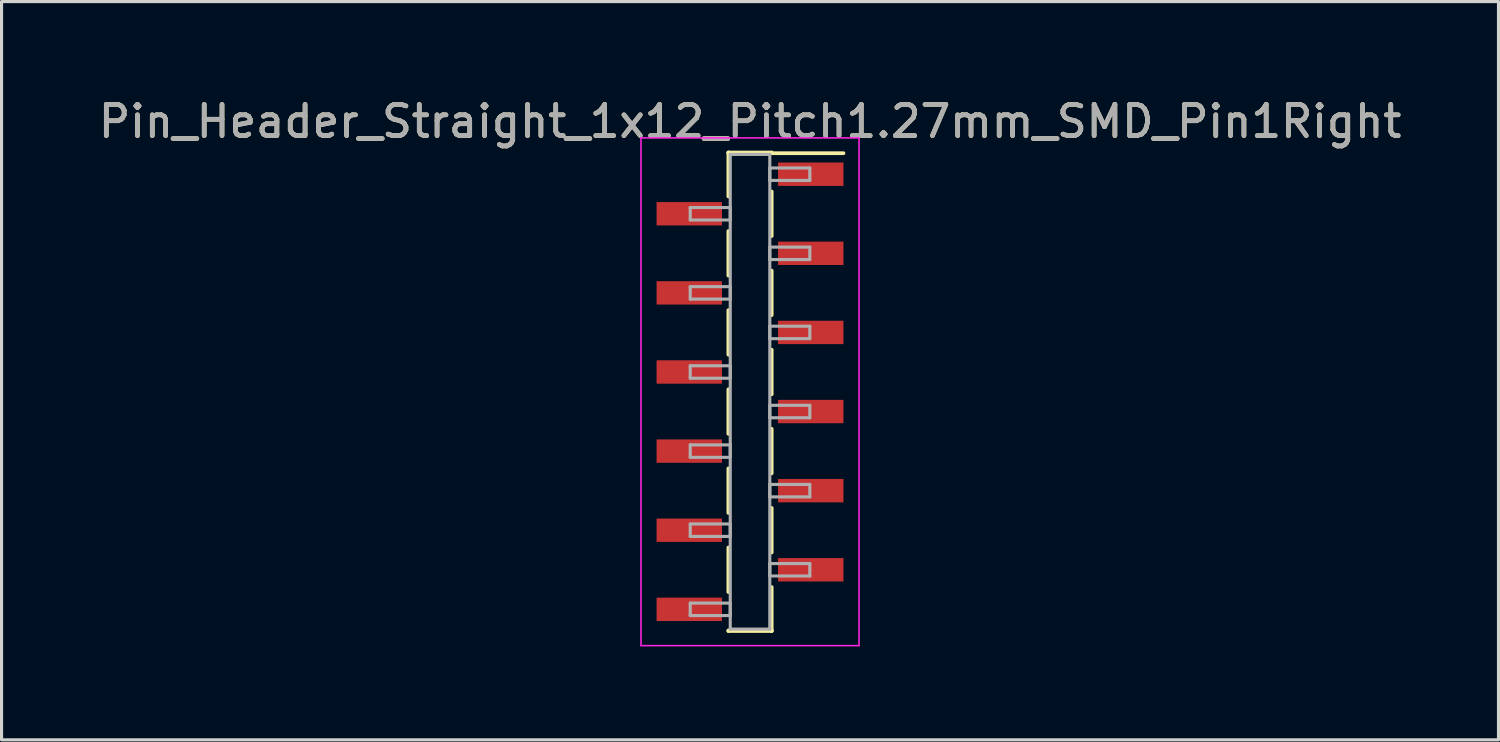
<source format=kicad_pcb>
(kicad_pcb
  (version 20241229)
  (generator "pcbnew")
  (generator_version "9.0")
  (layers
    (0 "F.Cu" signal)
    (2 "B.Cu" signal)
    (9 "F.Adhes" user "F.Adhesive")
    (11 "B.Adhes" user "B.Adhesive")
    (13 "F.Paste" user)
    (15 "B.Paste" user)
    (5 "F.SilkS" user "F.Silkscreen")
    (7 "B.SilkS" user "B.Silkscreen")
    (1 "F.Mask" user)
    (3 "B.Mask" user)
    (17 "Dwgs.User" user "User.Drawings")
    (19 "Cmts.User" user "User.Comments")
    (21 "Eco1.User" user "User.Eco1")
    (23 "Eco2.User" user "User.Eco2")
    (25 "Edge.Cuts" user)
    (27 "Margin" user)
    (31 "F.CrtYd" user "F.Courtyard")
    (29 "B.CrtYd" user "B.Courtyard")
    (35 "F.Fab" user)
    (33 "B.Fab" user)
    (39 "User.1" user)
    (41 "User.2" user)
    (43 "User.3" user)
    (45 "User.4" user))
  (footprint "Pin_Header_Straight_1x12_Pitch1.27mm_SMD_Pin1Right"
    (layer "F.Cu")
    (at 21.03 9.528)
    (property "Reference" "Pin_Header_Straight_1x12_Pitch1.27mm_SMD_Pin1Right" (at 0 -8.68 0) (layer "F.SilkS") (effects (font (size 1 1) (thickness 0.15))))
    (attr smd)
    (fp_line (start -0.695 -7.68) (end -0.695 -6.27) (stroke (width 0.12) (type solid)) (layer "F.SilkS"))
    (fp_line (start -0.695 -7.68) (end 0.695 -7.68) (stroke (width 0.12) (type solid)) (layer "F.SilkS"))
    (fp_line (start -0.695 -7.66) (end -0.695 -7.68) (stroke (width 0.12) (type solid)) (layer "F.SilkS"))
    (fp_line (start -0.695 -5.16) (end -0.695 -3.73) (stroke (width 0.12) (type solid)) (layer "F.SilkS"))
    (fp_line (start -0.695 -2.62) (end -0.695 -1.19) (stroke (width 0.12) (type solid)) (layer "F.SilkS"))
    (fp_line (start -0.695 -0.08) (end -0.695 1.35) (stroke (width 0.12) (type solid)) (layer "F.SilkS"))
    (fp_line (start -0.695 2.46) (end -0.695 3.89) (stroke (width 0.12) (type solid)) (layer "F.SilkS"))
    (fp_line (start -0.695 5) (end -0.695 6.43) (stroke (width 0.12) (type solid)) (layer "F.SilkS"))
    (fp_line (start -0.695 7.66) (end -0.695 7.68) (stroke (width 0.12) (type solid)) (layer "F.SilkS"))
    (fp_line (start -0.695 7.68) (end 0.695 7.68) (stroke (width 0.12) (type solid)) (layer "F.SilkS"))
    (fp_line (start 0.695 -7.68) (end 0.695 -7.66) (stroke (width 0.12) (type solid)) (layer "F.SilkS"))
    (fp_line (start 0.695 -7.66) (end 3 -7.66) (stroke (width 0.12) (type solid)) (layer "F.SilkS"))
    (fp_line (start 0.695 -6.43) (end 0.695 -5) (stroke (width 0.12) (type solid)) (layer "F.SilkS"))
    (fp_line (start 0.695 -3.89) (end 0.695 -2.46) (stroke (width 0.12) (type solid)) (layer "F.SilkS"))
    (fp_line (start 0.695 -1.35) (end 0.695 0.08) (stroke (width 0.12) (type solid)) (layer "F.SilkS"))
    (fp_line (start 0.695 1.19) (end 0.695 2.62) (stroke (width 0.12) (type solid)) (layer "F.SilkS"))
    (fp_line (start 0.695 3.73) (end 0.695 5.16) (stroke (width 0.12) (type solid)) (layer "F.SilkS"))
    (fp_line (start 0.695 6.27) (end 0.695 7.68) (stroke (width 0.12) (type solid)) (layer "F.SilkS"))
    (fp_line (start 0.695 7.68) (end 0.695 7.66) (stroke (width 0.12) (type solid)) (layer "F.SilkS"))
    (fp_line (start -3.5 -8.15) (end -3.5 8.15) (stroke (width 0.05) (type solid)) (layer "F.CrtYd"))
    (fp_line (start -3.5 8.15) (end 3.5 8.15) (stroke (width 0.05) (type solid)) (layer "F.CrtYd"))
    (fp_line (start 3.5 -8.15) (end -3.5 -8.15) (stroke (width 0.05) (type solid)) (layer "F.CrtYd"))
    (fp_line (start 3.5 8.15) (end 3.5 -8.15) (stroke (width 0.05) (type solid)) (layer "F.CrtYd"))
    (fp_line (start -1.92 -5.915) (end -0.635 -5.915) (stroke (width 0.1) (type solid)) (layer "F.Fab"))
    (fp_line (start -1.92 -5.515) (end -1.92 -5.915) (stroke (width 0.1) (type solid)) (layer "F.Fab"))
    (fp_line (start -1.92 -3.375) (end -0.635 -3.375) (stroke (width 0.1) (type solid)) (layer "F.Fab"))
    (fp_line (start -1.92 -2.975) (end -1.92 -3.375) (stroke (width 0.1) (type solid)) (layer "F.Fab"))
    (fp_line (start -1.92 -0.835) (end -0.635 -0.835) (stroke (width 0.1) (type solid)) (layer "F.Fab"))
    (fp_line (start -1.92 -0.435) (end -1.92 -0.835) (stroke (width 0.1) (type solid)) (layer "F.Fab"))
    (fp_line (start -1.92 1.705) (end -0.635 1.705) (stroke (width 0.1) (type solid)) (layer "F.Fab"))
    (fp_line (start -1.92 2.105) (end -1.92 1.705) (stroke (width 0.1) (type solid)) (layer "F.Fab"))
    (fp_line (start -1.92 4.245) (end -0.635 4.245) (stroke (width 0.1) (type solid)) (layer "F.Fab"))
    (fp_line (start -1.92 4.645) (end -1.92 4.245) (stroke (width 0.1) (type solid)) (layer "F.Fab"))
    (fp_line (start -1.92 6.785) (end -0.635 6.785) (stroke (width 0.1) (type solid)) (layer "F.Fab"))
    (fp_line (start -1.92 7.185) (end -1.92 6.785) (stroke (width 0.1) (type solid)) (layer "F.Fab"))
    (fp_line (start -0.635 -7.62) (end -0.635 7.62) (stroke (width 0.1) (type solid)) (layer "F.Fab"))
    (fp_line (start -0.635 -5.915) (end -0.635 -5.515) (stroke (width 0.1) (type solid)) (layer "F.Fab"))
    (fp_line (start -0.635 -5.515) (end -1.92 -5.515) (stroke (width 0.1) (type solid)) (layer "F.Fab"))
    (fp_line (start -0.635 -3.375) (end -0.635 -2.975) (stroke (width 0.1) (type solid)) (layer "F.Fab"))
    (fp_line (start -0.635 -2.975) (end -1.92 -2.975) (stroke (width 0.1) (type solid)) (layer "F.Fab"))
    (fp_line (start -0.635 -0.835) (end -0.635 -0.435) (stroke (width 0.1) (type solid)) (layer "F.Fab"))
    (fp_line (start -0.635 -0.435) (end -1.92 -0.435) (stroke (width 0.1) (type solid)) (layer "F.Fab"))
    (fp_line (start -0.635 1.705) (end -0.635 2.105) (stroke (width 0.1) (type solid)) (layer "F.Fab"))
    (fp_line (start -0.635 2.105) (end -1.92 2.105) (stroke (width 0.1) (type solid)) (layer "F.Fab"))
    (fp_line (start -0.635 4.245) (end -0.635 4.645) (stroke (width 0.1) (type solid)) (layer "F.Fab"))
    (fp_line (start -0.635 4.645) (end -1.92 4.645) (stroke (width 0.1) (type solid)) (layer "F.Fab"))
    (fp_line (start -0.635 6.785) (end -0.635 7.185) (stroke (width 0.1) (type solid)) (layer "F.Fab"))
    (fp_line (start -0.635 7.185) (end -1.92 7.185) (stroke (width 0.1) (type solid)) (layer "F.Fab"))
    (fp_line (start -0.635 7.62) (end 0.635 7.62) (stroke (width 0.1) (type solid)) (layer "F.Fab"))
    (fp_line (start 0.635 -7.62) (end -0.635 -7.62) (stroke (width 0.1) (type solid)) (layer "F.Fab"))
    (fp_line (start 0.635 -7.185) (end 0.635 -6.785) (stroke (width 0.1) (type solid)) (layer "F.Fab"))
    (fp_line (start 0.635 -6.785) (end 1.92 -6.785) (stroke (width 0.1) (type solid)) (layer "F.Fab"))
    (fp_line (start 0.635 -4.645) (end 0.635 -4.245) (stroke (width 0.1) (type solid)) (layer "F.Fab"))
    (fp_line (start 0.635 -4.245) (end 1.92 -4.245) (stroke (width 0.1) (type solid)) (layer "F.Fab"))
    (fp_line (start 0.635 -2.105) (end 0.635 -1.705) (stroke (width 0.1) (type solid)) (layer "F.Fab"))
    (fp_line (start 0.635 -1.705) (end 1.92 -1.705) (stroke (width 0.1) (type solid)) (layer "F.Fab"))
    (fp_line (start 0.635 0.435) (end 0.635 0.835) (stroke (width 0.1) (type solid)) (layer "F.Fab"))
    (fp_line (start 0.635 0.835) (end 1.92 0.835) (stroke (width 0.1) (type solid)) (layer "F.Fab"))
    (fp_line (start 0.635 2.975) (end 0.635 3.375) (stroke (width 0.1) (type solid)) (layer "F.Fab"))
    (fp_line (start 0.635 3.375) (end 1.92 3.375) (stroke (width 0.1) (type solid)) (layer "F.Fab"))
    (fp_line (start 0.635 5.515) (end 0.635 5.915) (stroke (width 0.1) (type solid)) (layer "F.Fab"))
    (fp_line (start 0.635 5.915) (end 1.92 5.915) (stroke (width 0.1) (type solid)) (layer "F.Fab"))
    (fp_line (start 0.635 7.62) (end 0.635 -7.62) (stroke (width 0.1) (type solid)) (layer "F.Fab"))
    (fp_line (start 1.92 -7.185) (end 0.635 -7.185) (stroke (width 0.1) (type solid)) (layer "F.Fab"))
    (fp_line (start 1.92 -6.785) (end 1.92 -7.185) (stroke (width 0.1) (type solid)) (layer "F.Fab"))
    (fp_line (start 1.92 -4.645) (end 0.635 -4.645) (stroke (width 0.1) (type solid)) (layer "F.Fab"))
    (fp_line (start 1.92 -4.245) (end 1.92 -4.645) (stroke (width 0.1) (type solid)) (layer "F.Fab"))
    (fp_line (start 1.92 -2.105) (end 0.635 -2.105) (stroke (width 0.1) (type solid)) (layer "F.Fab"))
    (fp_line (start 1.92 -1.705) (end 1.92 -2.105) (stroke (width 0.1) (type solid)) (layer "F.Fab"))
    (fp_line (start 1.92 0.435) (end 0.635 0.435) (stroke (width 0.1) (type solid)) (layer "F.Fab"))
    (fp_line (start 1.92 0.835) (end 1.92 0.435) (stroke (width 0.1) (type solid)) (layer "F.Fab"))
    (fp_line (start 1.92 2.975) (end 0.635 2.975) (stroke (width 0.1) (type solid)) (layer "F.Fab"))
    (fp_line (start 1.92 3.375) (end 1.92 2.975) (stroke (width 0.1) (type solid)) (layer "F.Fab"))
    (fp_line (start 1.92 5.515) (end 0.635 5.515) (stroke (width 0.1) (type solid)) (layer "F.Fab"))
    (fp_line (start 1.92 5.915) (end 1.92 5.515) (stroke (width 0.1) (type solid)) (layer "F.Fab"))
    (fp_text user "${REFERENCE}" (at 0 -8.68 0) (layer "F.Fab") (effects (font (size 1 1) (thickness 0.15))))
    (pad "1" smd rect (at 1.95 -6.985) (size 2.1 0.75) (layers "F.Cu" "F.Mask" "F.Paste"))
    (pad "2" smd rect (at -1.95 -5.715) (size 2.1 0.75) (layers "F.Cu" "F.Mask" "F.Paste"))
    (pad "3" smd rect (at 1.95 -4.445) (size 2.1 0.75) (layers "F.Cu" "F.Mask" "F.Paste"))
    (pad "4" smd rect (at -1.95 -3.175) (size 2.1 0.75) (layers "F.Cu" "F.Mask" "F.Paste"))
    (pad "5" smd rect (at 1.95 -1.905) (size 2.1 0.75) (layers "F.Cu" "F.Mask" "F.Paste"))
    (pad "6" smd rect (at -1.95 -0.635) (size 2.1 0.75) (layers "F.Cu" "F.Mask" "F.Paste"))
    (pad "7" smd rect (at 1.95 0.635) (size 2.1 0.75) (layers "F.Cu" "F.Mask" "F.Paste"))
    (pad "8" smd rect (at -1.95 1.905) (size 2.1 0.75) (layers "F.Cu" "F.Mask" "F.Paste"))
    (pad "9" smd rect (at 1.95 3.175) (size 2.1 0.75) (layers "F.Cu" "F.Mask" "F.Paste"))
    (pad "10" smd rect (at -1.95 4.445) (size 2.1 0.75) (layers "F.Cu" "F.Mask" "F.Paste"))
    (pad "11" smd rect (at 1.95 5.715) (size 2.1 0.75) (layers "F.Cu" "F.Mask" "F.Paste"))
    (pad "12" smd rect (at -1.95 6.985) (size 2.1 0.75) (layers "F.Cu" "F.Mask" "F.Paste")))
  (gr_rect
    (start -3 -3)
    (end 45.06 20.703)
    (stroke (width 0.1) (type default))
    (fill no)
    (layer "Edge.Cuts")))
</source>
